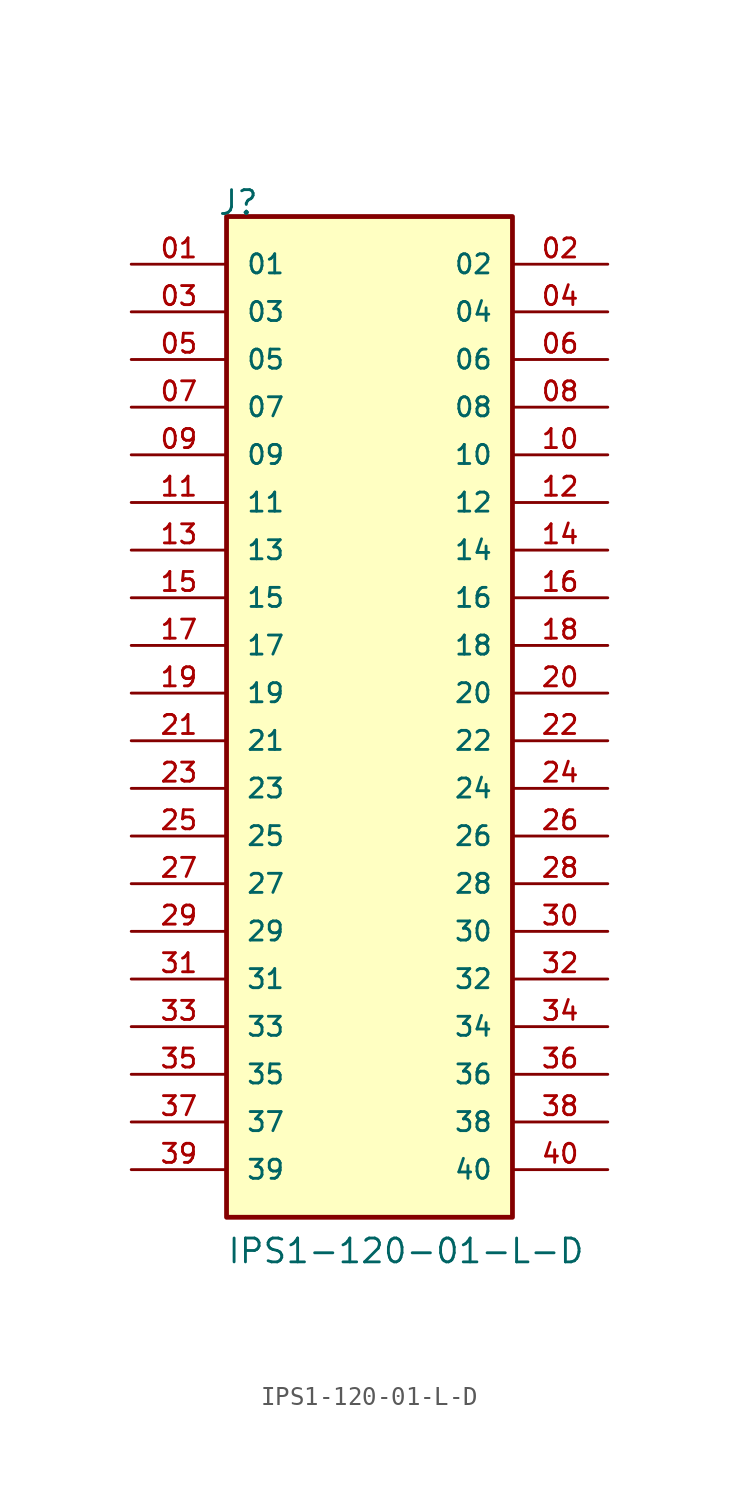
<source format=kicad_sym>
(kicad_symbol_lib
  (version 20211014)
  (generator kicad_symbol_editor)
  (symbol "IPS1-120-01-L-D"
    (pin_names
      (offset 1.016))
    (property "Reference" "J"
      (at -8.12 27.94 0)
      (effects (font (size 1.27 1.27)) (justify bottom left)))
    (property "Value" "IPS1-120-01-L-D"
      (at -7.62 -27.94 0)
      (effects (font (size 1.27 1.27)) (justify bottom left)))
    (symbol "IPS1-120-01-L-D_0_0"
      (rectangle (start -7.62 -25.4) (end 7.62 27.94) (stroke (width 0.254)) (fill (type background)))
      (pin passive line (at -12.7 25.4 0) (length 5.08) (name "01" (effects (font (size 1.016 1.016)))) (number "01" (effects (font (size 1.016 1.016)))))
      (pin passive line (at 12.7 25.4 180.0) (length 5.08) (name "02" (effects (font (size 1.016 1.016)))) (number "02" (effects (font (size 1.016 1.016)))))
      (pin passive line (at -12.7 22.86 0) (length 5.08) (name "03" (effects (font (size 1.016 1.016)))) (number "03" (effects (font (size 1.016 1.016)))))
      (pin passive line (at 12.7 22.86 180.0) (length 5.08) (name "04" (effects (font (size 1.016 1.016)))) (number "04" (effects (font (size 1.016 1.016)))))
      (pin passive line (at -12.7 20.32 0) (length 5.08) (name "05" (effects (font (size 1.016 1.016)))) (number "05" (effects (font (size 1.016 1.016)))))
      (pin passive line (at 12.7 20.32 180.0) (length 5.08) (name "06" (effects (font (size 1.016 1.016)))) (number "06" (effects (font (size 1.016 1.016)))))
      (pin passive line (at -12.7 17.78 0) (length 5.08) (name "07" (effects (font (size 1.016 1.016)))) (number "07" (effects (font (size 1.016 1.016)))))
      (pin passive line (at 12.7 17.78 180.0) (length 5.08) (name "08" (effects (font (size 1.016 1.016)))) (number "08" (effects (font (size 1.016 1.016)))))
      (pin passive line (at -12.7 15.24 0) (length 5.08) (name "09" (effects (font (size 1.016 1.016)))) (number "09" (effects (font (size 1.016 1.016)))))
      (pin passive line (at 12.7 15.24 180.0) (length 5.08) (name "10" (effects (font (size 1.016 1.016)))) (number "10" (effects (font (size 1.016 1.016)))))
      (pin passive line (at -12.7 12.7 0) (length 5.08) (name "11" (effects (font (size 1.016 1.016)))) (number "11" (effects (font (size 1.016 1.016)))))
      (pin passive line (at 12.7 12.7 180.0) (length 5.08) (name "12" (effects (font (size 1.016 1.016)))) (number "12" (effects (font (size 1.016 1.016)))))
      (pin passive line (at -12.7 10.16 0) (length 5.08) (name "13" (effects (font (size 1.016 1.016)))) (number "13" (effects (font (size 1.016 1.016)))))
      (pin passive line (at 12.7 10.16 180.0) (length 5.08) (name "14" (effects (font (size 1.016 1.016)))) (number "14" (effects (font (size 1.016 1.016)))))
      (pin passive line (at -12.7 7.62 0) (length 5.08) (name "15" (effects (font (size 1.016 1.016)))) (number "15" (effects (font (size 1.016 1.016)))))
      (pin passive line (at 12.7 7.62 180.0) (length 5.08) (name "16" (effects (font (size 1.016 1.016)))) (number "16" (effects (font (size 1.016 1.016)))))
      (pin passive line (at -12.7 5.08 0) (length 5.08) (name "17" (effects (font (size 1.016 1.016)))) (number "17" (effects (font (size 1.016 1.016)))))
      (pin passive line (at 12.7 5.08 180.0) (length 5.08) (name "18" (effects (font (size 1.016 1.016)))) (number "18" (effects (font (size 1.016 1.016)))))
      (pin passive line (at -12.7 2.54 0) (length 5.08) (name "19" (effects (font (size 1.016 1.016)))) (number "19" (effects (font (size 1.016 1.016)))))
      (pin passive line (at 12.7 2.54 180.0) (length 5.08) (name "20" (effects (font (size 1.016 1.016)))) (number "20" (effects (font (size 1.016 1.016)))))
      (pin passive line (at -12.7 0.0 0) (length 5.08) (name "21" (effects (font (size 1.016 1.016)))) (number "21" (effects (font (size 1.016 1.016)))))
      (pin passive line (at 12.7 0.0 180.0) (length 5.08) (name "22" (effects (font (size 1.016 1.016)))) (number "22" (effects (font (size 1.016 1.016)))))
      (pin passive line (at -12.7 -2.54 0) (length 5.08) (name "23" (effects (font (size 1.016 1.016)))) (number "23" (effects (font (size 1.016 1.016)))))
      (pin passive line (at 12.7 -2.54 180.0) (length 5.08) (name "24" (effects (font (size 1.016 1.016)))) (number "24" (effects (font (size 1.016 1.016)))))
      (pin passive line (at -12.7 -5.08 0) (length 5.08) (name "25" (effects (font (size 1.016 1.016)))) (number "25" (effects (font (size 1.016 1.016)))))
      (pin passive line (at 12.7 -5.08 180.0) (length 5.08) (name "26" (effects (font (size 1.016 1.016)))) (number "26" (effects (font (size 1.016 1.016)))))
      (pin passive line (at -12.7 -7.62 0) (length 5.08) (name "27" (effects (font (size 1.016 1.016)))) (number "27" (effects (font (size 1.016 1.016)))))
      (pin passive line (at 12.7 -7.62 180.0) (length 5.08) (name "28" (effects (font (size 1.016 1.016)))) (number "28" (effects (font (size 1.016 1.016)))))
      (pin passive line (at -12.7 -10.16 0) (length 5.08) (name "29" (effects (font (size 1.016 1.016)))) (number "29" (effects (font (size 1.016 1.016)))))
      (pin passive line (at 12.7 -10.16 180.0) (length 5.08) (name "30" (effects (font (size 1.016 1.016)))) (number "30" (effects (font (size 1.016 1.016)))))
      (pin passive line (at -12.7 -12.7 0) (length 5.08) (name "31" (effects (font (size 1.016 1.016)))) (number "31" (effects (font (size 1.016 1.016)))))
      (pin passive line (at 12.7 -12.7 180.0) (length 5.08) (name "32" (effects (font (size 1.016 1.016)))) (number "32" (effects (font (size 1.016 1.016)))))
      (pin passive line (at -12.7 -15.24 0) (length 5.08) (name "33" (effects (font (size 1.016 1.016)))) (number "33" (effects (font (size 1.016 1.016)))))
      (pin passive line (at 12.7 -15.24 180.0) (length 5.08) (name "34" (effects (font (size 1.016 1.016)))) (number "34" (effects (font (size 1.016 1.016)))))
      (pin passive line (at -12.7 -17.78 0) (length 5.08) (name "35" (effects (font (size 1.016 1.016)))) (number "35" (effects (font (size 1.016 1.016)))))
      (pin passive line (at 12.7 -17.78 180.0) (length 5.08) (name "36" (effects (font (size 1.016 1.016)))) (number "36" (effects (font (size 1.016 1.016)))))
      (pin passive line (at -12.7 -20.32 0) (length 5.08) (name "37" (effects (font (size 1.016 1.016)))) (number "37" (effects (font (size 1.016 1.016)))))
      (pin passive line (at 12.7 -20.32 180.0) (length 5.08) (name "38" (effects (font (size 1.016 1.016)))) (number "38" (effects (font (size 1.016 1.016)))))
      (pin passive line (at -12.7 -22.86 0) (length 5.08) (name "39" (effects (font (size 1.016 1.016)))) (number "39" (effects (font (size 1.016 1.016)))))
      (pin passive line (at 12.7 -22.86 180.0) (length 5.08) (name "40" (effects (font (size 1.016 1.016)))) (number "40" (effects (font (size 1.016 1.016))))))))
</source>
